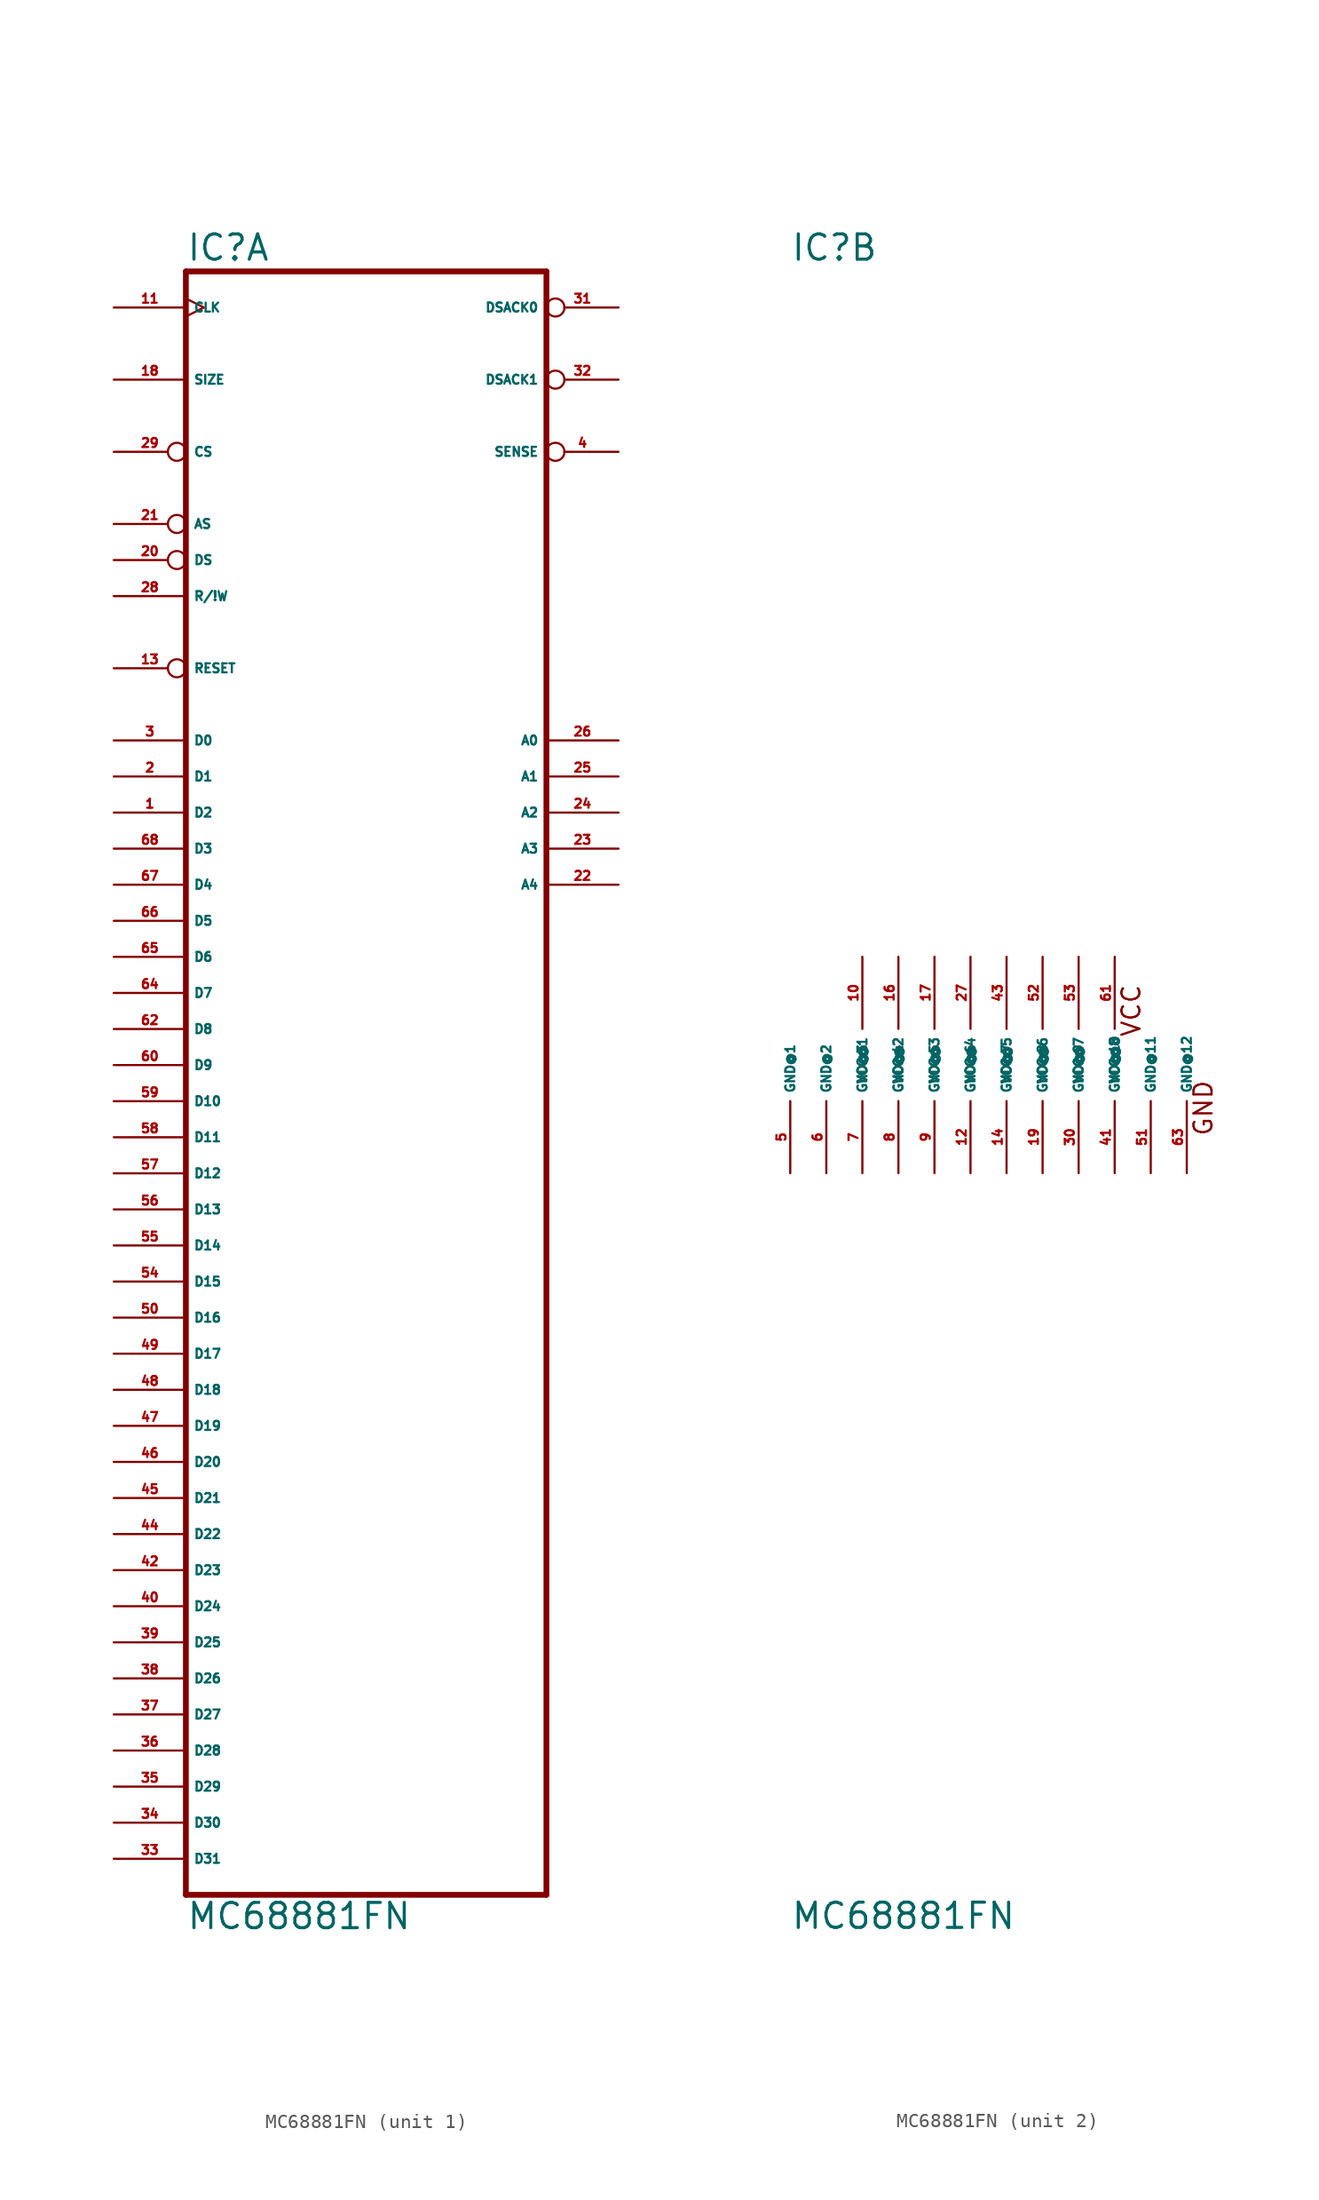
<source format=kicad_sym>
(kicad_symbol_lib
  (version 20220914)
  (generator Eagle2Kicad)
  (symbol "MC68881FN"
    (property "Reference" "IC"
      (at -12.7 56.515 0)
      (effects (font (size 1.778 1.778) (thickness 0.22)) (justify left bottom)))
    (property "Value" "MC68881FN"
      (at -12.7 -60.96 0)
      (effects (font (size 1.778 1.778) (thickness 0.22)) (justify left bottom)))
    (symbol "MC68881FN_1_0"
      (polyline (pts (xy -12.7 -58.42) (xy 12.7 -58.42)) (stroke (width 0.406) (type default)) (fill (type none)))
      (polyline (pts (xy 12.7 55.88) (xy 12.7 -58.42)) (stroke (width 0.406) (type default)) (fill (type none)))
      (polyline (pts (xy 12.7 55.88) (xy -12.7 55.88)) (stroke (width 0.406) (type default)) (fill (type none)))
      (polyline (pts (xy -12.7 -58.42) (xy -12.7 55.88)) (stroke (width 0.406) (type default)) (fill (type none)))
      (pin input line (at -17.78 48.26 0) (length 5.08) (name "SIZE" (effects (font (size 0.635 0.635) (thickness 0.08)) (justify left bottom))) (number "18" (effects (font (size 0.635 0.635) (thickness 0.08)) (justify left bottom))))
      (pin input inverted (at -17.78 27.94 0) (length 5.08) (name "RESET" (effects (font (size 0.635 0.635) (thickness 0.08)) (justify left bottom))) (number "13" (effects (font (size 0.635 0.635) (thickness 0.08)) (justify left bottom))))
      (pin bidirectional line (at -17.78 22.86 0) (length 5.08) (name "D0" (effects (font (size 0.635 0.635) (thickness 0.08)) (justify left bottom))) (number "3" (effects (font (size 0.635 0.635) (thickness 0.08)) (justify left bottom))))
      (pin bidirectional line (at -17.78 20.32 0) (length 5.08) (name "D1" (effects (font (size 0.635 0.635) (thickness 0.08)) (justify left bottom))) (number "2" (effects (font (size 0.635 0.635) (thickness 0.08)) (justify left bottom))))
      (pin bidirectional line (at -17.78 17.78 0) (length 5.08) (name "D2" (effects (font (size 0.635 0.635) (thickness 0.08)) (justify left bottom))) (number "1" (effects (font (size 0.635 0.635) (thickness 0.08)) (justify left bottom))))
      (pin bidirectional line (at -17.78 15.24 0) (length 5.08) (name "D3" (effects (font (size 0.635 0.635) (thickness 0.08)) (justify left bottom))) (number "68" (effects (font (size 0.635 0.635) (thickness 0.08)) (justify left bottom))))
      (pin bidirectional line (at -17.78 12.7 0) (length 5.08) (name "D4" (effects (font (size 0.635 0.635) (thickness 0.08)) (justify left bottom))) (number "67" (effects (font (size 0.635 0.635) (thickness 0.08)) (justify left bottom))))
      (pin bidirectional line (at -17.78 10.16 0) (length 5.08) (name "D5" (effects (font (size 0.635 0.635) (thickness 0.08)) (justify left bottom))) (number "66" (effects (font (size 0.635 0.635) (thickness 0.08)) (justify left bottom))))
      (pin bidirectional line (at -17.78 7.62 0) (length 5.08) (name "D6" (effects (font (size 0.635 0.635) (thickness 0.08)) (justify left bottom))) (number "65" (effects (font (size 0.635 0.635) (thickness 0.08)) (justify left bottom))))
      (pin bidirectional line (at -17.78 5.08 0) (length 5.08) (name "D7" (effects (font (size 0.635 0.635) (thickness 0.08)) (justify left bottom))) (number "64" (effects (font (size 0.635 0.635) (thickness 0.08)) (justify left bottom))))
      (pin bidirectional line (at -17.78 2.54 0) (length 5.08) (name "D8" (effects (font (size 0.635 0.635) (thickness 0.08)) (justify left bottom))) (number "62" (effects (font (size 0.635 0.635) (thickness 0.08)) (justify left bottom))))
      (pin bidirectional line (at -17.78 0 0) (length 5.08) (name "D9" (effects (font (size 0.635 0.635) (thickness 0.08)) (justify left bottom))) (number "60" (effects (font (size 0.635 0.635) (thickness 0.08)) (justify left bottom))))
      (pin bidirectional line (at -17.78 -2.54 0) (length 5.08) (name "D10" (effects (font (size 0.635 0.635) (thickness 0.08)) (justify left bottom))) (number "59" (effects (font (size 0.635 0.635) (thickness 0.08)) (justify left bottom))))
      (pin bidirectional line (at -17.78 -5.08 0) (length 5.08) (name "D11" (effects (font (size 0.635 0.635) (thickness 0.08)) (justify left bottom))) (number "58" (effects (font (size 0.635 0.635) (thickness 0.08)) (justify left bottom))))
      (pin bidirectional line (at -17.78 -7.62 0) (length 5.08) (name "D12" (effects (font (size 0.635 0.635) (thickness 0.08)) (justify left bottom))) (number "57" (effects (font (size 0.635 0.635) (thickness 0.08)) (justify left bottom))))
      (pin bidirectional line (at -17.78 -10.16 0) (length 5.08) (name "D13" (effects (font (size 0.635 0.635) (thickness 0.08)) (justify left bottom))) (number "56" (effects (font (size 0.635 0.635) (thickness 0.08)) (justify left bottom))))
      (pin bidirectional line (at -17.78 -12.7 0) (length 5.08) (name "D14" (effects (font (size 0.635 0.635) (thickness 0.08)) (justify left bottom))) (number "55" (effects (font (size 0.635 0.635) (thickness 0.08)) (justify left bottom))))
      (pin bidirectional line (at -17.78 -15.24 0) (length 5.08) (name "D15" (effects (font (size 0.635 0.635) (thickness 0.08)) (justify left bottom))) (number "54" (effects (font (size 0.635 0.635) (thickness 0.08)) (justify left bottom))))
      (pin input line (at -17.78 33.02 0) (length 5.08) (name "R/!W" (effects (font (size 0.635 0.635) (thickness 0.08)) (justify left bottom))) (number "28" (effects (font (size 0.635 0.635) (thickness 0.08)) (justify left bottom))))
      (pin input inverted (at -17.78 38.1 0) (length 5.08) (name "AS" (effects (font (size 0.635 0.635) (thickness 0.08)) (justify left bottom))) (number "21" (effects (font (size 0.635 0.635) (thickness 0.08)) (justify left bottom))))
      (pin input inverted (at -17.78 43.18 0) (length 5.08) (name "CS" (effects (font (size 0.635 0.635) (thickness 0.08)) (justify left bottom))) (number "29" (effects (font (size 0.635 0.635) (thickness 0.08)) (justify left bottom))))
      (pin input line (at 17.78 20.32 180) (length 5.08) (name "A1" (effects (font (size 0.635 0.635) (thickness 0.08)) (justify left bottom))) (number "25" (effects (font (size 0.635 0.635) (thickness 0.08)) (justify left bottom))))
      (pin input line (at 17.78 17.78 180) (length 5.08) (name "A2" (effects (font (size 0.635 0.635) (thickness 0.08)) (justify left bottom))) (number "24" (effects (font (size 0.635 0.635) (thickness 0.08)) (justify left bottom))))
      (pin input line (at 17.78 15.24 180) (length 5.08) (name "A3" (effects (font (size 0.635 0.635) (thickness 0.08)) (justify left bottom))) (number "23" (effects (font (size 0.635 0.635) (thickness 0.08)) (justify left bottom))))
      (pin input line (at 17.78 12.7 180) (length 5.08) (name "A4" (effects (font (size 0.635 0.635) (thickness 0.08)) (justify left bottom))) (number "22" (effects (font (size 0.635 0.635) (thickness 0.08)) (justify left bottom))))
      (pin bidirectional line (at -17.78 -17.78 0) (length 5.08) (name "D16" (effects (font (size 0.635 0.635) (thickness 0.08)) (justify left bottom))) (number "50" (effects (font (size 0.635 0.635) (thickness 0.08)) (justify left bottom))))
      (pin bidirectional line (at -17.78 -20.32 0) (length 5.08) (name "D17" (effects (font (size 0.635 0.635) (thickness 0.08)) (justify left bottom))) (number "49" (effects (font (size 0.635 0.635) (thickness 0.08)) (justify left bottom))))
      (pin bidirectional line (at -17.78 -22.86 0) (length 5.08) (name "D18" (effects (font (size 0.635 0.635) (thickness 0.08)) (justify left bottom))) (number "48" (effects (font (size 0.635 0.635) (thickness 0.08)) (justify left bottom))))
      (pin bidirectional line (at -17.78 -25.4 0) (length 5.08) (name "D19" (effects (font (size 0.635 0.635) (thickness 0.08)) (justify left bottom))) (number "47" (effects (font (size 0.635 0.635) (thickness 0.08)) (justify left bottom))))
      (pin bidirectional line (at -17.78 -27.94 0) (length 5.08) (name "D20" (effects (font (size 0.635 0.635) (thickness 0.08)) (justify left bottom))) (number "46" (effects (font (size 0.635 0.635) (thickness 0.08)) (justify left bottom))))
      (pin bidirectional line (at -17.78 -30.48 0) (length 5.08) (name "D21" (effects (font (size 0.635 0.635) (thickness 0.08)) (justify left bottom))) (number "45" (effects (font (size 0.635 0.635) (thickness 0.08)) (justify left bottom))))
      (pin bidirectional line (at -17.78 -33.02 0) (length 5.08) (name "D22" (effects (font (size 0.635 0.635) (thickness 0.08)) (justify left bottom))) (number "44" (effects (font (size 0.635 0.635) (thickness 0.08)) (justify left bottom))))
      (pin bidirectional line (at -17.78 -35.56 0) (length 5.08) (name "D23" (effects (font (size 0.635 0.635) (thickness 0.08)) (justify left bottom))) (number "42" (effects (font (size 0.635 0.635) (thickness 0.08)) (justify left bottom))))
      (pin bidirectional line (at -17.78 -38.1 0) (length 5.08) (name "D24" (effects (font (size 0.635 0.635) (thickness 0.08)) (justify left bottom))) (number "40" (effects (font (size 0.635 0.635) (thickness 0.08)) (justify left bottom))))
      (pin bidirectional line (at -17.78 -40.64 0) (length 5.08) (name "D25" (effects (font (size 0.635 0.635) (thickness 0.08)) (justify left bottom))) (number "39" (effects (font (size 0.635 0.635) (thickness 0.08)) (justify left bottom))))
      (pin bidirectional line (at -17.78 -43.18 0) (length 5.08) (name "D26" (effects (font (size 0.635 0.635) (thickness 0.08)) (justify left bottom))) (number "38" (effects (font (size 0.635 0.635) (thickness 0.08)) (justify left bottom))))
      (pin bidirectional line (at -17.78 -45.72 0) (length 5.08) (name "D27" (effects (font (size 0.635 0.635) (thickness 0.08)) (justify left bottom))) (number "37" (effects (font (size 0.635 0.635) (thickness 0.08)) (justify left bottom))))
      (pin bidirectional line (at -17.78 -48.26 0) (length 5.08) (name "D28" (effects (font (size 0.635 0.635) (thickness 0.08)) (justify left bottom))) (number "36" (effects (font (size 0.635 0.635) (thickness 0.08)) (justify left bottom))))
      (pin bidirectional line (at -17.78 -50.8 0) (length 5.08) (name "D29" (effects (font (size 0.635 0.635) (thickness 0.08)) (justify left bottom))) (number "35" (effects (font (size 0.635 0.635) (thickness 0.08)) (justify left bottom))))
      (pin bidirectional line (at -17.78 -53.34 0) (length 5.08) (name "D30" (effects (font (size 0.635 0.635) (thickness 0.08)) (justify left bottom))) (number "34" (effects (font (size 0.635 0.635) (thickness 0.08)) (justify left bottom))))
      (pin bidirectional line (at -17.78 -55.88 0) (length 5.08) (name "D31" (effects (font (size 0.635 0.635) (thickness 0.08)) (justify left bottom))) (number "33" (effects (font (size 0.635 0.635) (thickness 0.08)) (justify left bottom))))
      (pin input line (at 17.78 22.86 180) (length 5.08) (name "A0" (effects (font (size 0.635 0.635) (thickness 0.08)) (justify left bottom))) (number "26" (effects (font (size 0.635 0.635) (thickness 0.08)) (justify left bottom))))
      (pin input inverted (at -17.78 35.56 0) (length 5.08) (name "DS" (effects (font (size 0.635 0.635) (thickness 0.08)) (justify left bottom))) (number "20" (effects (font (size 0.635 0.635) (thickness 0.08)) (justify left bottom))))
      (pin output inverted (at 17.78 53.34 180) (length 5.08) (name "DSACK0" (effects (font (size 0.635 0.635) (thickness 0.08)) (justify left bottom))) (number "31" (effects (font (size 0.635 0.635) (thickness 0.08)) (justify left bottom))))
      (pin output inverted (at 17.78 48.26 180) (length 5.08) (name "DSACK1" (effects (font (size 0.635 0.635) (thickness 0.08)) (justify left bottom))) (number "32" (effects (font (size 0.635 0.635) (thickness 0.08)) (justify left bottom))))
      (pin bidirectional inverted (at 17.78 43.18 180) (length 5.08) (name "SENSE" (effects (font (size 0.635 0.635) (thickness 0.08)) (justify left bottom))) (number "4" (effects (font (size 0.635 0.635) (thickness 0.08)) (justify left bottom))))
      (pin input clock (at -17.78 53.34 0) (length 5.08) (name "CLK" (effects (font (size 0.635 0.635) (thickness 0.08)) (justify left bottom))) (number "11" (effects (font (size 0.635 0.635) (thickness 0.08)) (justify left bottom)))))
    (symbol "MC68881FN_2_0"
      (text "GND" (at 17.145 -5.08 900) (effects (font (size 1.27 1.27) (thickness 0.16)) (justify left bottom)))
      (text "VCC" (at 12.065 1.905 900) (effects (font (size 1.27 1.27) (thickness 0.16)) (justify left bottom)))
      (pin unspecified line (at -12.7 -7.62 90) (length 5.08) (name "GND@1" (effects (font (size 0.635 0.635) (thickness 0.08)) (justify left bottom))) (number "5" (effects (font (size 0.635 0.635) (thickness 0.08)) (justify left bottom))))
      (pin unspecified line (at -10.16 -7.62 90) (length 5.08) (name "GND@2" (effects (font (size 0.635 0.635) (thickness 0.08)) (justify left bottom))) (number "6" (effects (font (size 0.635 0.635) (thickness 0.08)) (justify left bottom))))
      (pin unspecified line (at -7.62 -7.62 90) (length 5.08) (name "GND@3" (effects (font (size 0.635 0.635) (thickness 0.08)) (justify left bottom))) (number "7" (effects (font (size 0.635 0.635) (thickness 0.08)) (justify left bottom))))
      (pin unspecified line (at -5.08 -7.62 90) (length 5.08) (name "GND@4" (effects (font (size 0.635 0.635) (thickness 0.08)) (justify left bottom))) (number "8" (effects (font (size 0.635 0.635) (thickness 0.08)) (justify left bottom))))
      (pin unspecified line (at -2.54 -7.62 90) (length 5.08) (name "GND@5" (effects (font (size 0.635 0.635) (thickness 0.08)) (justify left bottom))) (number "9" (effects (font (size 0.635 0.635) (thickness 0.08)) (justify left bottom))))
      (pin unspecified line (at 0 -7.62 90) (length 5.08) (name "GND@6" (effects (font (size 0.635 0.635) (thickness 0.08)) (justify left bottom))) (number "12" (effects (font (size 0.635 0.635) (thickness 0.08)) (justify left bottom))))
      (pin unspecified line (at 2.54 -7.62 90) (length 5.08) (name "GND@7" (effects (font (size 0.635 0.635) (thickness 0.08)) (justify left bottom))) (number "14" (effects (font (size 0.635 0.635) (thickness 0.08)) (justify left bottom))))
      (pin unspecified line (at 5.08 -7.62 90) (length 5.08) (name "GND@8" (effects (font (size 0.635 0.635) (thickness 0.08)) (justify left bottom))) (number "19" (effects (font (size 0.635 0.635) (thickness 0.08)) (justify left bottom))))
      (pin unspecified line (at 7.62 -7.62 90) (length 5.08) (name "GND@9" (effects (font (size 0.635 0.635) (thickness 0.08)) (justify left bottom))) (number "30" (effects (font (size 0.635 0.635) (thickness 0.08)) (justify left bottom))))
      (pin unspecified line (at 10.16 -7.62 90) (length 5.08) (name "GND@10" (effects (font (size 0.635 0.635) (thickness 0.08)) (justify left bottom))) (number "41" (effects (font (size 0.635 0.635) (thickness 0.08)) (justify left bottom))))
      (pin unspecified line (at 12.7 -7.62 90) (length 5.08) (name "GND@11" (effects (font (size 0.635 0.635) (thickness 0.08)) (justify left bottom))) (number "51" (effects (font (size 0.635 0.635) (thickness 0.08)) (justify left bottom))))
      (pin unspecified line (at 15.24 -7.62 90) (length 5.08) (name "GND@12" (effects (font (size 0.635 0.635) (thickness 0.08)) (justify left bottom))) (number "63" (effects (font (size 0.635 0.635) (thickness 0.08)) (justify left bottom))))
      (pin unspecified line (at -7.62 7.62 270) (length 5.08) (name "VCC@1" (effects (font (size 0.635 0.635) (thickness 0.08)) (justify left bottom))) (number "10" (effects (font (size 0.635 0.635) (thickness 0.08)) (justify left bottom))))
      (pin unspecified line (at -5.08 7.62 270) (length 5.08) (name "VCC@2" (effects (font (size 0.635 0.635) (thickness 0.08)) (justify left bottom))) (number "16" (effects (font (size 0.635 0.635) (thickness 0.08)) (justify left bottom))))
      (pin unspecified line (at -2.54 7.62 270) (length 5.08) (name "VCC@3" (effects (font (size 0.635 0.635) (thickness 0.08)) (justify left bottom))) (number "17" (effects (font (size 0.635 0.635) (thickness 0.08)) (justify left bottom))))
      (pin unspecified line (at 0 7.62 270) (length 5.08) (name "VCC@4" (effects (font (size 0.635 0.635) (thickness 0.08)) (justify left bottom))) (number "27" (effects (font (size 0.635 0.635) (thickness 0.08)) (justify left bottom))))
      (pin unspecified line (at 2.54 7.62 270) (length 5.08) (name "VCC@5" (effects (font (size 0.635 0.635) (thickness 0.08)) (justify left bottom))) (number "43" (effects (font (size 0.635 0.635) (thickness 0.08)) (justify left bottom))))
      (pin unspecified line (at 5.08 7.62 270) (length 5.08) (name "VCC@6" (effects (font (size 0.635 0.635) (thickness 0.08)) (justify left bottom))) (number "52" (effects (font (size 0.635 0.635) (thickness 0.08)) (justify left bottom))))
      (pin unspecified line (at 7.62 7.62 270) (length 5.08) (name "VCC@7" (effects (font (size 0.635 0.635) (thickness 0.08)) (justify left bottom))) (number "53" (effects (font (size 0.635 0.635) (thickness 0.08)) (justify left bottom))))
      (pin unspecified line (at 10.16 7.62 270) (length 5.08) (name "VCC@8" (effects (font (size 0.635 0.635) (thickness 0.08)) (justify left bottom))) (number "61" (effects (font (size 0.635 0.635) (thickness 0.08)) (justify left bottom)))))))
</source>
